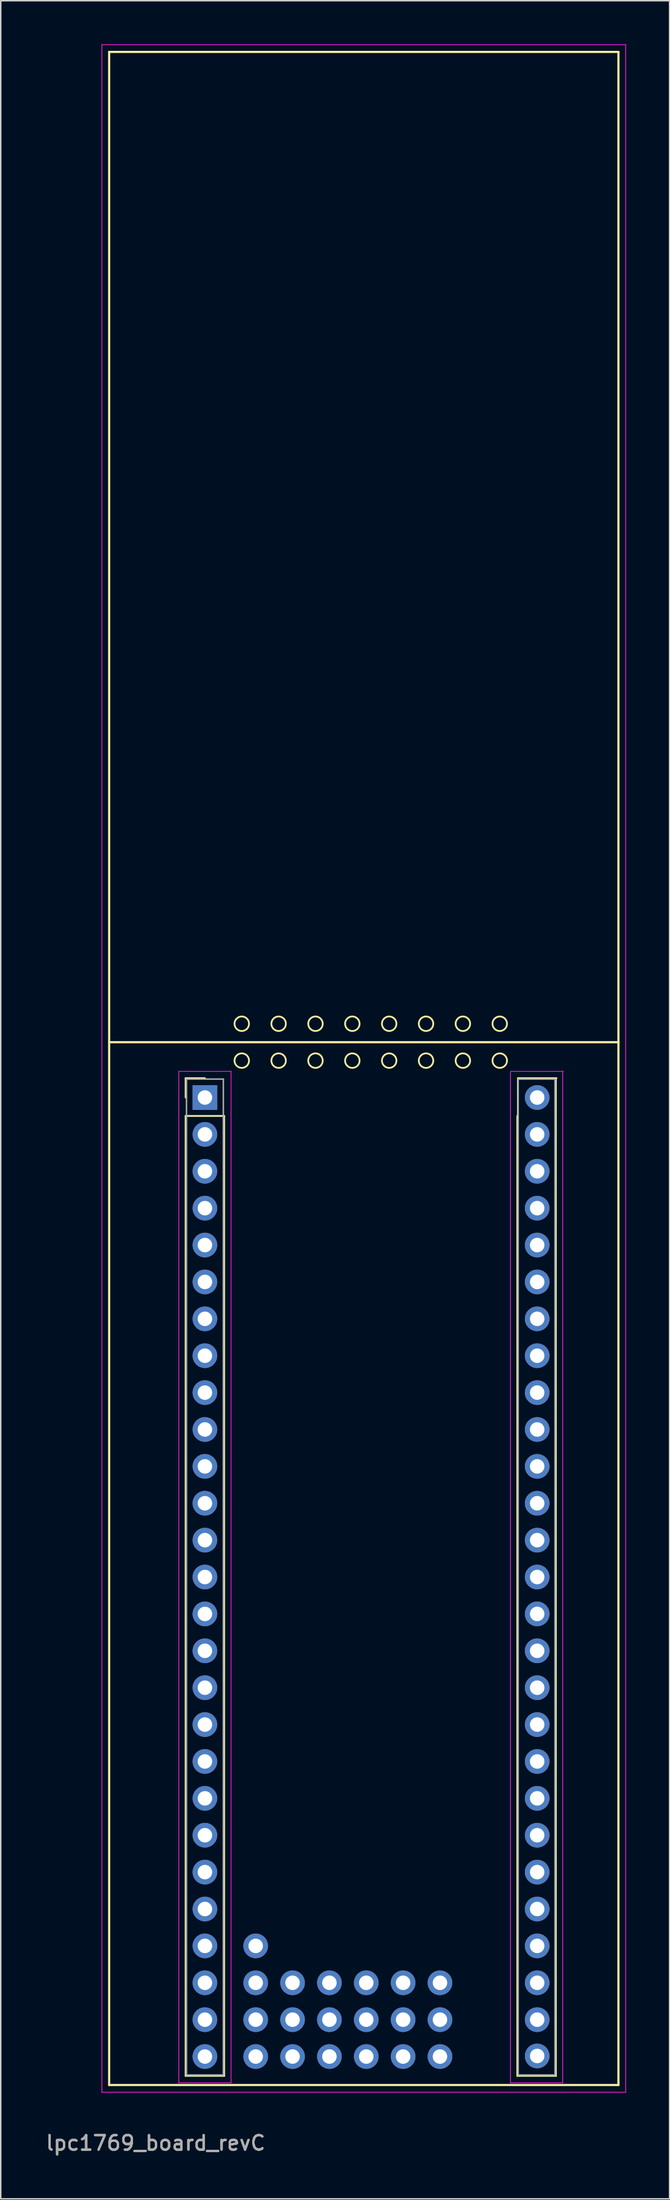
<source format=kicad_pcb>
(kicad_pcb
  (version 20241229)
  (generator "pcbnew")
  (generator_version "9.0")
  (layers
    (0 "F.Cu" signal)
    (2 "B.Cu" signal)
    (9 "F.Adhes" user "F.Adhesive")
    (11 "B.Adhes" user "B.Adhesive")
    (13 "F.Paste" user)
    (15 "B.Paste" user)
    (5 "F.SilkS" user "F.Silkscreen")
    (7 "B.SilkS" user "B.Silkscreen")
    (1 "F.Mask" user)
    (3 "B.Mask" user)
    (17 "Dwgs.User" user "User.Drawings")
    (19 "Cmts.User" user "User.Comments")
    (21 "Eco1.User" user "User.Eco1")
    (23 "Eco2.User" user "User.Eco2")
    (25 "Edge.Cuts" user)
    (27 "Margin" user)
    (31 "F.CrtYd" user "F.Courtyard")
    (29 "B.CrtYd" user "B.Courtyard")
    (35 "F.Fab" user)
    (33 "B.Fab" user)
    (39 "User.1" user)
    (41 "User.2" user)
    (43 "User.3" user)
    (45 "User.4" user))
  (footprint "lpc1769_board_revC"
    (layer "F.Cu")
    (at 11.073 72.525)
    (property "Reference" "lpc1769_board_revC" (at -3.4 71.99 0) (layer "F.SilkS") (effects (font (size 1 1) (thickness 0.15))))
    (attr through_hole)
    (fp_line (start -6.6 -72) (end -6.6 68) (stroke (width 0.15) (type solid)) (layer "F.SilkS"))
    (fp_line (start -6.6 -72) (end 28.5 -72) (stroke (width 0.15) (type solid)) (layer "F.SilkS"))
    (fp_line (start -6.6 -3.81) (end 28.5 -3.81) (stroke (width 0.15) (type solid)) (layer "F.SilkS"))
    (fp_line (start -6.6 68) (end 28.5 68) (stroke (width 0.15) (type solid)) (layer "F.SilkS"))
    (fp_line (start -1.33 -1.33) (end 0 -1.33) (stroke (width 0.12) (type solid)) (layer "F.SilkS"))
    (fp_line (start -1.33 0) (end -1.33 -1.33) (stroke (width 0.12) (type solid)) (layer "F.SilkS"))
    (fp_line (start -1.33 1.27) (end -1.33 67.37) (stroke (width 0.12) (type solid)) (layer "F.SilkS"))
    (fp_line (start -1.33 67.37) (end 1.33 67.37) (stroke (width 0.12) (type solid)) (layer "F.SilkS"))
    (fp_line (start 1.33 1.27) (end -1.33 1.27) (stroke (width 0.12) (type solid)) (layer "F.SilkS"))
    (fp_line (start 1.33 67.37) (end 1.33 1.27) (stroke (width 0.12) (type solid)) (layer "F.SilkS"))
    (fp_line (start 21.53 1.27) (end 21.53 67.37) (stroke (width 0.12) (type solid)) (layer "F.SilkS"))
    (fp_line (start 21.53 67.37) (end 24.19 67.37) (stroke (width 0.12) (type solid)) (layer "F.SilkS"))
    (fp_line (start 21.57 1.29) (end 21.57 -1.33) (stroke (width 0.12) (type solid)) (layer "F.SilkS"))
    (fp_line (start 24.19 67.37) (end 24.19 -1.33) (stroke (width 0.12) (type solid)) (layer "F.SilkS"))
    (fp_line (start 24.23 -1.33) (end 21.57 -1.33) (stroke (width 0.12) (type solid)) (layer "F.SilkS"))
    (fp_line (start 28.5 -72) (end 28.5 68) (stroke (width 0.15) (type solid)) (layer "F.SilkS"))
    (fp_circle (center 2.54 -5.08) (end 2.54 -5.58) (stroke (width 0.12) (type solid)) (fill no) (layer "F.SilkS"))
    (fp_circle (center 2.54 -2.54) (end 2.54 -3.04) (stroke (width 0.12) (type solid)) (fill no) (layer "F.SilkS"))
    (fp_circle (center 5.08 -5.08) (end 5.08 -5.58) (stroke (width 0.12) (type solid)) (fill no) (layer "F.SilkS"))
    (fp_circle (center 5.08 -2.54) (end 5.08 -3.04) (stroke (width 0.12) (type solid)) (fill no) (layer "F.SilkS"))
    (fp_circle (center 7.62 -5.08) (end 7.62 -5.58) (stroke (width 0.12) (type solid)) (fill no) (layer "F.SilkS"))
    (fp_circle (center 7.62 -2.54) (end 7.62 -3.04) (stroke (width 0.12) (type solid)) (fill no) (layer "F.SilkS"))
    (fp_circle (center 10.16 -5.08) (end 10.16 -5.58) (stroke (width 0.12) (type solid)) (fill no) (layer "F.SilkS"))
    (fp_circle (center 10.16 -2.54) (end 10.16 -3.04) (stroke (width 0.12) (type solid)) (fill no) (layer "F.SilkS"))
    (fp_circle (center 12.7 -5.08) (end 12.7 -5.58) (stroke (width 0.12) (type solid)) (fill no) (layer "F.SilkS"))
    (fp_circle (center 12.7 -2.54) (end 12.7 -3.04) (stroke (width 0.12) (type solid)) (fill no) (layer "F.SilkS"))
    (fp_circle (center 15.24 -5.08) (end 15.24 -5.58) (stroke (width 0.12) (type solid)) (fill no) (layer "F.SilkS"))
    (fp_circle (center 15.24 -2.54) (end 15.24 -3.04) (stroke (width 0.12) (type solid)) (fill no) (layer "F.SilkS"))
    (fp_circle (center 17.78 -5.08) (end 17.78 -5.58) (stroke (width 0.12) (type solid)) (fill no) (layer "F.SilkS"))
    (fp_circle (center 17.78 -2.54) (end 17.78 -3.04) (stroke (width 0.12) (type solid)) (fill no) (layer "F.SilkS"))
    (fp_circle (center 20.32 -5.08) (end 20.32 -5.58) (stroke (width 0.12) (type solid)) (fill no) (layer "F.SilkS"))
    (fp_circle (center 20.32 -2.54) (end 20.32 -3.04) (stroke (width 0.12) (type solid)) (fill no) (layer "F.SilkS"))
    (fp_line (start -7.1 -72.5) (end -7.1 68.5) (stroke (width 0.05) (type solid)) (layer "F.CrtYd"))
    (fp_line (start -7.1 -72.5) (end 29 -72.5) (stroke (width 0.05) (type solid)) (layer "F.CrtYd"))
    (fp_line (start -7.1 68.5) (end 29 68.5) (stroke (width 0.05) (type solid)) (layer "F.CrtYd"))
    (fp_line (start -1.8 -1.8) (end -1.8 67.85) (stroke (width 0.05) (type solid)) (layer "F.CrtYd"))
    (fp_line (start -1.8 67.85) (end 1.8 67.85) (stroke (width 0.05) (type solid)) (layer "F.CrtYd"))
    (fp_line (start 1.8 -1.8) (end -1.8 -1.8) (stroke (width 0.05) (type solid)) (layer "F.CrtYd"))
    (fp_line (start 1.8 67.85) (end 1.8 -1.8) (stroke (width 0.05) (type solid)) (layer "F.CrtYd"))
    (fp_line (start 21.06 -1.8) (end 21.06 67.85) (stroke (width 0.05) (type solid)) (layer "F.CrtYd"))
    (fp_line (start 21.06 67.85) (end 24.66 67.85) (stroke (width 0.05) (type solid)) (layer "F.CrtYd"))
    (fp_line (start 24.66 67.85) (end 24.66 -1.8) (stroke (width 0.05) (type solid)) (layer "F.CrtYd"))
    (fp_line (start 24.7 -1.8) (end 21.1 -1.8) (stroke (width 0.05) (type solid)) (layer "F.CrtYd"))
    (fp_line (start 29 -72.5) (end 29 68.5) (stroke (width 0.05) (type solid)) (layer "F.CrtYd"))
    (fp_line (start -1.27 -1.27) (end -1.27 67.31) (stroke (width 0.1) (type solid)) (layer "F.Fab"))
    (fp_line (start -1.27 67.31) (end 1.27 67.31) (stroke (width 0.1) (type solid)) (layer "F.Fab"))
    (fp_line (start 1.27 -1.27) (end -1.27 -1.27) (stroke (width 0.1) (type solid)) (layer "F.Fab"))
    (fp_line (start 1.27 67.31) (end 1.27 -1.27) (stroke (width 0.1) (type solid)) (layer "F.Fab"))
    (fp_line (start 21.59 -1.27) (end 21.59 67.31) (stroke (width 0.1) (type solid)) (layer "F.Fab"))
    (fp_line (start 21.59 67.31) (end 24.13 67.31) (stroke (width 0.1) (type solid)) (layer "F.Fab"))
    (fp_line (start 24.13 67.31) (end 24.13 -1.27) (stroke (width 0.1) (type solid)) (layer "F.Fab"))
    (fp_line (start 24.17 -1.27) (end 21.63 -1.27) (stroke (width 0.1) (type solid)) (layer "F.Fab"))
    (fp_text user "${REFERENCE}" (at -3.4 71.99 0) (layer "F.Fab") (effects (font (size 1 1) (thickness 0.15))))
    (fp_text user "${REFERENCE}" (at -3.4 71.99 0) (layer "F.Fab") (effects (font (size 1 1) (thickness 0.15))))
    (pad "J-1" thru_hole rect (at 0 0) (size 1.7 1.7) (drill 1) (layers "*.Cu" "*.Mask"))
    (pad "J-2" thru_hole oval (at 0 2.54) (size 1.7 1.7) (drill 1) (layers "*.Cu" "*.Mask"))
    (pad "J-3" thru_hole oval (at 0 5.08) (size 1.7 1.7) (drill 1) (layers "*.Cu" "*.Mask"))
    (pad "J-4" thru_hole oval (at 0 7.62) (size 1.7 1.7) (drill 1) (layers "*.Cu" "*.Mask"))
    (pad "J-5" thru_hole oval (at 0 10.16) (size 1.7 1.7) (drill 1) (layers "*.Cu" "*.Mask"))
    (pad "J-6" thru_hole oval (at 0 12.7) (size 1.7 1.7) (drill 1) (layers "*.Cu" "*.Mask"))
    (pad "J-7" thru_hole oval (at 0 15.24) (size 1.7 1.7) (drill 1) (layers "*.Cu" "*.Mask"))
    (pad "J-8" thru_hole oval (at 0 17.78) (size 1.7 1.7) (drill 1) (layers "*.Cu" "*.Mask"))
    (pad "J-9" thru_hole oval (at 0 20.32) (size 1.7 1.7) (drill 1) (layers "*.Cu" "*.Mask"))
    (pad "J-10" thru_hole oval (at 0 22.86) (size 1.7 1.7) (drill 1) (layers "*.Cu" "*.Mask"))
    (pad "J-11" thru_hole oval (at 0 25.4) (size 1.7 1.7) (drill 1) (layers "*.Cu" "*.Mask"))
    (pad "J-12" thru_hole oval (at 0 27.94) (size 1.7 1.7) (drill 1) (layers "*.Cu" "*.Mask"))
    (pad "J-13" thru_hole oval (at 0 30.48) (size 1.7 1.7) (drill 1) (layers "*.Cu" "*.Mask"))
    (pad "J-14" thru_hole oval (at 0 33.02) (size 1.7 1.7) (drill 1) (layers "*.Cu" "*.Mask"))
    (pad "J-15" thru_hole oval (at 0 35.56) (size 1.7 1.7) (drill 1) (layers "*.Cu" "*.Mask"))
    (pad "J-16" thru_hole oval (at 0 38.1) (size 1.7 1.7) (drill 1) (layers "*.Cu" "*.Mask"))
    (pad "J-17" thru_hole oval (at 0 40.64) (size 1.7 1.7) (drill 1) (layers "*.Cu" "*.Mask"))
    (pad "J-18" thru_hole oval (at 0 43.18) (size 1.7 1.7) (drill 1) (layers "*.Cu" "*.Mask"))
    (pad "J-19" thru_hole oval (at 0 45.72) (size 1.7 1.7) (drill 1) (layers "*.Cu" "*.Mask"))
    (pad "J-20" thru_hole oval (at 0 48.26) (size 1.7 1.7) (drill 1) (layers "*.Cu" "*.Mask"))
    (pad "J-21" thru_hole oval (at 0 50.8) (size 1.7 1.7) (drill 1) (layers "*.Cu" "*.Mask"))
    (pad "J-22" thru_hole oval (at 0 53.34) (size 1.7 1.7) (drill 1) (layers "*.Cu" "*.Mask"))
    (pad "J-23" thru_hole oval (at 0 55.88) (size 1.7 1.7) (drill 1) (layers "*.Cu" "*.Mask"))
    (pad "J-24" thru_hole oval (at 0 58.42) (size 1.7 1.7) (drill 1) (layers "*.Cu" "*.Mask"))
    (pad "J-25" thru_hole oval (at 0 60.96) (size 1.7 1.7) (drill 1) (layers "*.Cu" "*.Mask"))
    (pad "J-26" thru_hole oval (at 0 63.5) (size 1.7 1.7) (drill 1) (layers "*.Cu" "*.Mask"))
    (pad "J-27" thru_hole oval (at 0 66.04) (size 1.7 1.7) (drill 1) (layers "*.Cu" "*.Mask"))
    (pad "J-28" thru_hole circle (at 22.9 0) (size 1.7 1.7) (drill 1) (layers "*.Cu" "*.Mask"))
    (pad "J-29" thru_hole oval (at 22.9 2.54) (size 1.7 1.7) (drill 1) (layers "*.Cu" "*.Mask"))
    (pad "J-30" thru_hole oval (at 22.9 5.08) (size 1.7 1.7) (drill 1) (layers "*.Cu" "*.Mask"))
    (pad "J-31" thru_hole oval (at 22.9 7.62) (size 1.7 1.7) (drill 1) (layers "*.Cu" "*.Mask"))
    (pad "J-32" thru_hole oval (at 22.9 10.16) (size 1.7 1.7) (drill 1) (layers "*.Cu" "*.Mask"))
    (pad "J-33" thru_hole oval (at 22.9 12.7) (size 1.7 1.7) (drill 1) (layers "*.Cu" "*.Mask"))
    (pad "J-34" thru_hole oval (at 22.9 15.24) (size 1.7 1.7) (drill 1) (layers "*.Cu" "*.Mask"))
    (pad "J-35" thru_hole oval (at 22.9 17.78) (size 1.7 1.7) (drill 1) (layers "*.Cu" "*.Mask"))
    (pad "J-36" thru_hole oval (at 22.9 20.32) (size 1.7 1.7) (drill 1) (layers "*.Cu" "*.Mask"))
    (pad "J-37" thru_hole oval (at 22.9 22.86) (size 1.7 1.7) (drill 1) (layers "*.Cu" "*.Mask"))
    (pad "J-38" thru_hole oval (at 22.9 25.4) (size 1.7 1.7) (drill 1) (layers "*.Cu" "*.Mask"))
    (pad "J-39" thru_hole oval (at 22.9 27.94) (size 1.7 1.7) (drill 1) (layers "*.Cu" "*.Mask"))
    (pad "J-40" thru_hole oval (at 22.9 30.48) (size 1.7 1.7) (drill 1) (layers "*.Cu" "*.Mask"))
    (pad "J-41" thru_hole oval (at 22.9 33.02) (size 1.7 1.7) (drill 1) (layers "*.Cu" "*.Mask"))
    (pad "J-42" thru_hole oval (at 22.9 35.56) (size 1.7 1.7) (drill 1) (layers "*.Cu" "*.Mask"))
    (pad "J-43" thru_hole oval (at 22.9 38.1) (size 1.7 1.7) (drill 1) (layers "*.Cu" "*.Mask"))
    (pad "J-44" thru_hole oval (at 22.9 40.64) (size 1.7 1.7) (drill 1) (layers "*.Cu" "*.Mask"))
    (pad "J-45" thru_hole oval (at 22.9 43.18) (size 1.7 1.7) (drill 1) (layers "*.Cu" "*.Mask"))
    (pad "J-46" thru_hole oval (at 22.9 45.72) (size 1.7 1.7) (drill 1) (layers "*.Cu" "*.Mask"))
    (pad "J-47" thru_hole oval (at 22.9 48.26) (size 1.7 1.7) (drill 1) (layers "*.Cu" "*.Mask"))
    (pad "J-48" thru_hole oval (at 22.9 50.8) (size 1.7 1.7) (drill 1) (layers "*.Cu" "*.Mask"))
    (pad "J-49" thru_hole oval (at 22.9 53.34) (size 1.7 1.7) (drill 1) (layers "*.Cu" "*.Mask"))
    (pad "J-50" thru_hole oval (at 22.9 55.88) (size 1.7 1.7) (drill 1) (layers "*.Cu" "*.Mask"))
    (pad "J-51" thru_hole oval (at 22.9 58.42) (size 1.7 1.7) (drill 1) (layers "*.Cu" "*.Mask"))
    (pad "J-52" thru_hole oval (at 22.9 60.96) (size 1.7 1.7) (drill 1) (layers "*.Cu" "*.Mask"))
    (pad "J-53" thru_hole oval (at 22.9 63.5) (size 1.7 1.7) (drill 1) (layers "*.Cu" "*.Mask"))
    (pad "J-54" thru_hole oval (at 22.9 66) (size 1.7 1.7) (drill 1) (layers "*.Cu" "*.Mask"))
    (pad "PD1" thru_hole oval (at 16.2 66.04) (size 1.7 1.7) (drill 1) (layers "*.Cu" "*.Mask"))
    (pad "PD2" thru_hole oval (at 16.2 63.5) (size 1.7 1.7) (drill 1) (layers "*.Cu" "*.Mask"))
    (pad "PD3" thru_hole oval (at 16.2 60.96) (size 1.7 1.7) (drill 1) (layers "*.Cu" "*.Mask"))
    (pad "PD4" thru_hole oval (at 13.66 66.04) (size 1.7 1.7) (drill 1) (layers "*.Cu" "*.Mask"))
    (pad "PD5" thru_hole oval (at 13.66 63.5) (size 1.7 1.7) (drill 1) (layers "*.Cu" "*.Mask"))
    (pad "PD6" thru_hole oval (at 13.66 60.96) (size 1.7 1.7) (drill 1) (layers "*.Cu" "*.Mask"))
    (pad "PD7" thru_hole oval (at 11.12 66.04) (size 1.7 1.7) (drill 1) (layers "*.Cu" "*.Mask"))
    (pad "PD8" thru_hole oval (at 11.12 63.5) (size 1.7 1.7) (drill 1) (layers "*.Cu" "*.Mask"))
    (pad "PD9" thru_hole oval (at 11.12 60.96) (size 1.7 1.7) (drill 1) (layers "*.Cu" "*.Mask"))
    (pad "PD10" thru_hole oval (at 8.58 66.04) (size 1.7 1.7) (drill 1) (layers "*.Cu" "*.Mask"))
    (pad "PD11" thru_hole oval (at 8.58 63.5) (size 1.7 1.7) (drill 1) (layers "*.Cu" "*.Mask"))
    (pad "PD12" thru_hole oval (at 8.58 60.96) (size 1.7 1.7) (drill 1) (layers "*.Cu" "*.Mask"))
    (pad "PD13" thru_hole oval (at 6.04 66.04) (size 1.7 1.7) (drill 1) (layers "*.Cu" "*.Mask"))
    (pad "PD14" thru_hole oval (at 6.04 63.5) (size 1.7 1.7) (drill 1) (layers "*.Cu" "*.Mask"))
    (pad "PD15" thru_hole oval (at 6.04 60.96) (size 1.7 1.7) (drill 1) (layers "*.Cu" "*.Mask"))
    (pad "PD16" thru_hole oval (at 3.5 66.04) (size 1.7 1.7) (drill 1) (layers "*.Cu" "*.Mask"))
    (pad "PD17" thru_hole oval (at 3.5 63.5) (size 1.7 1.7) (drill 1) (layers "*.Cu" "*.Mask"))
    (pad "PD18" thru_hole oval (at 3.5 60.96) (size 1.7 1.7) (drill 1) (layers "*.Cu" "*.Mask"))
    (pad "PD19" thru_hole oval (at 3.5 58.42) (size 1.7 1.7) (drill 1) (layers "*.Cu" "*.Mask")))
  (gr_rect
    (start -3 -3)
    (end 43.098 148.363)
    (stroke (width 0.1) (type default))
    (fill no)
    (layer "Edge.Cuts")))
</source>
